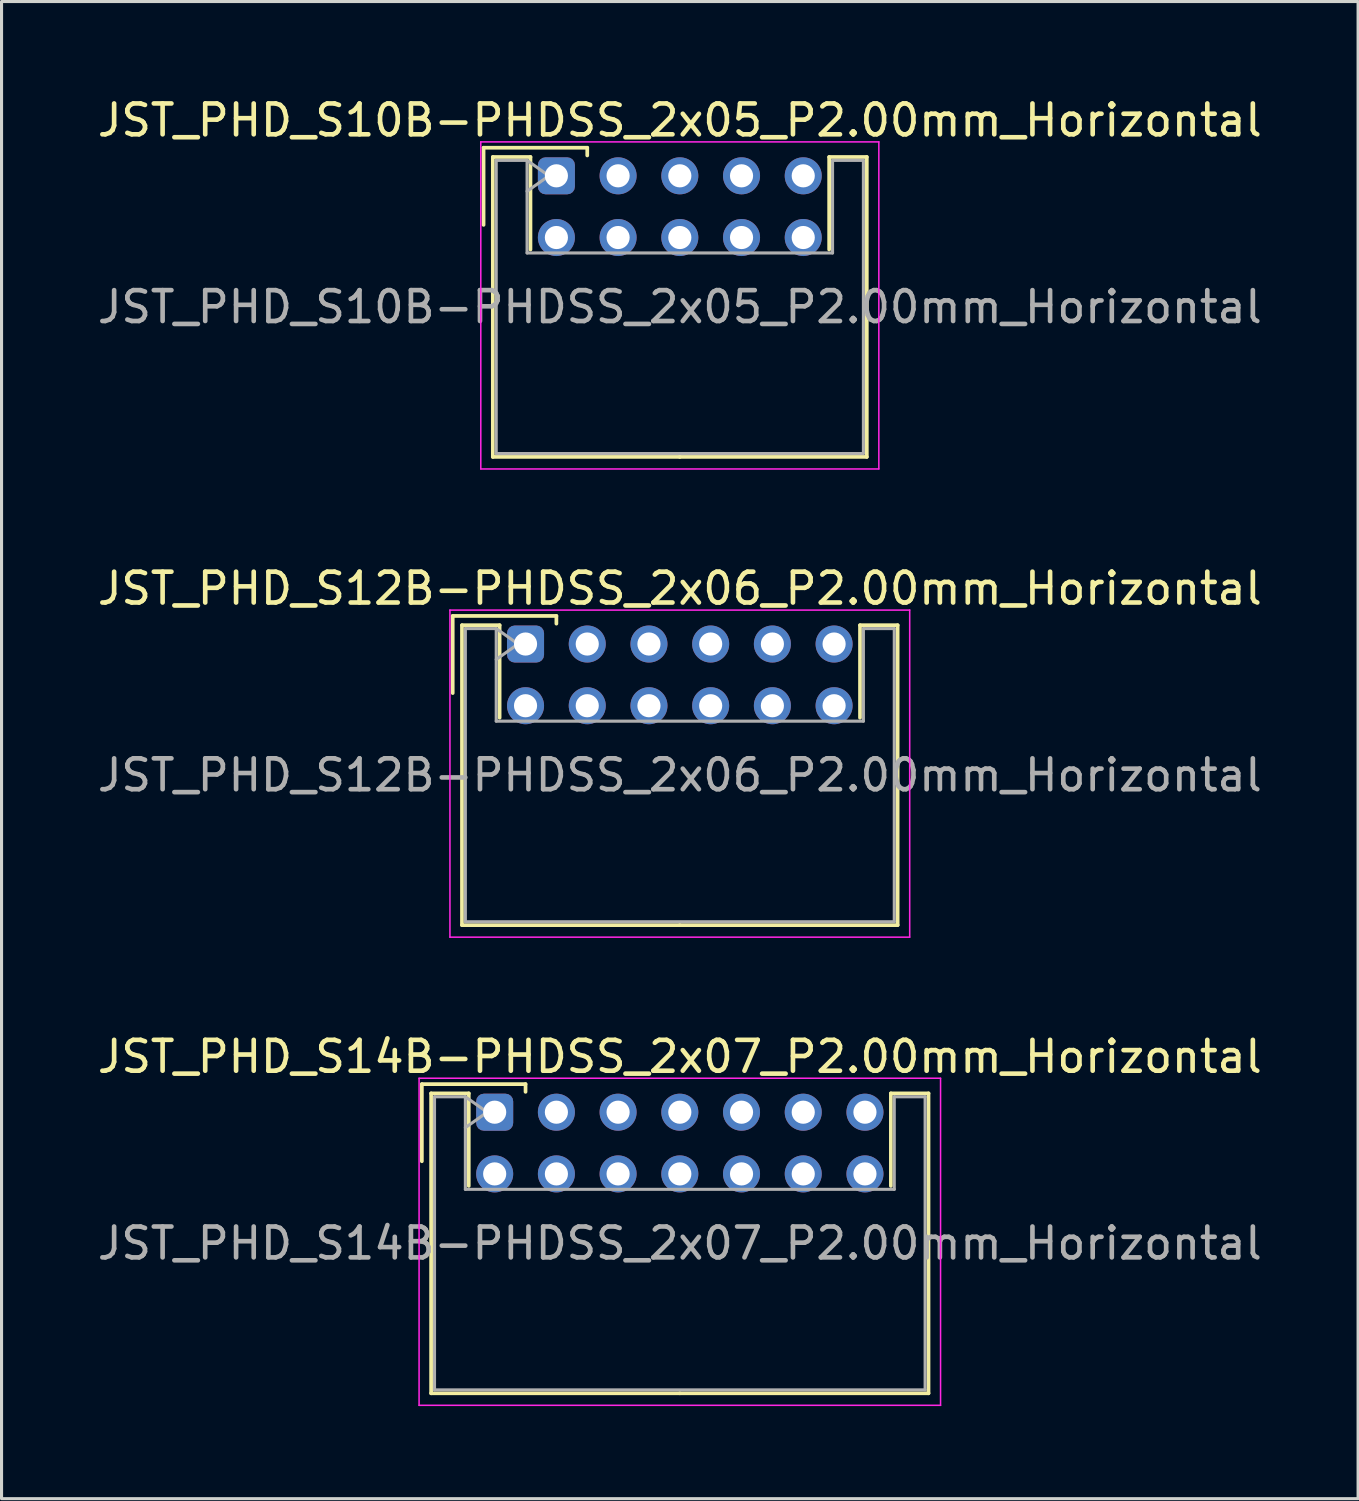
<source format=kicad_pcb>
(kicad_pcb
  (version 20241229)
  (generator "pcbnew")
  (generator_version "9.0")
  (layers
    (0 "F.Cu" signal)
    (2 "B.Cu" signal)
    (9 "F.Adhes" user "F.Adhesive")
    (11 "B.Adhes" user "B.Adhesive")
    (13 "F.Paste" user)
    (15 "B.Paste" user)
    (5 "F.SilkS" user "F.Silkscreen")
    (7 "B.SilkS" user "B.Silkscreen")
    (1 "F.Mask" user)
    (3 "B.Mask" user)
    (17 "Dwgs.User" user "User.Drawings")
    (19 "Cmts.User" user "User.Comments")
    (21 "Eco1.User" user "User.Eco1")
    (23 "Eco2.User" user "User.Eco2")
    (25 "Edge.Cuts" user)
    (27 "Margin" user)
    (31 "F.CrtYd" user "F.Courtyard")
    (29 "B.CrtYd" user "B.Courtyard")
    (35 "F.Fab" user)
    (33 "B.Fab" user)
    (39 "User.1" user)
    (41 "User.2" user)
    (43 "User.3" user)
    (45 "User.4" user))
  (footprint "JST_PHD_S12B-PHDSS_2x06_P2.00mm_Horizontal"
    (layer "F.Cu")
    (at 13.982 17.822)
    (property "Reference" "JST_PHD_S12B-PHDSS_2x06_P2.00mm_Horizontal" (at 5 -1.8 0) (layer "F.SilkS") (effects (font (size 1 1) (thickness 0.15))))
    (attr through_hole)
    (fp_line (start -2.36 -0.91) (end -2.36 1.59) (stroke (width 0.12) (type solid)) (layer "F.SilkS"))
    (fp_line (start -2.06 -0.61) (end -2.06 9.11) (stroke (width 0.12) (type solid)) (layer "F.SilkS"))
    (fp_line (start -2.06 9.11) (end 5 9.11) (stroke (width 0.12) (type solid)) (layer "F.SilkS"))
    (fp_line (start -0.84 -0.61) (end -2.06 -0.61) (stroke (width 0.12) (type solid)) (layer "F.SilkS"))
    (fp_line (start -0.84 2.39) (end -0.84 -0.61) (stroke (width 0.12) (type solid)) (layer "F.SilkS"))
    (fp_line (start 1 -0.91) (end -2.36 -0.91) (stroke (width 0.12) (type solid)) (layer "F.SilkS"))
    (fp_line (start 1 -0.66) (end 1 -0.91) (stroke (width 0.12) (type solid)) (layer "F.SilkS"))
    (fp_line (start 10.84 -0.61) (end 12.06 -0.61) (stroke (width 0.12) (type solid)) (layer "F.SilkS"))
    (fp_line (start 10.84 2.39) (end 10.84 -0.61) (stroke (width 0.12) (type solid)) (layer "F.SilkS"))
    (fp_line (start 12.06 -0.61) (end 12.06 9.11) (stroke (width 0.12) (type solid)) (layer "F.SilkS"))
    (fp_line (start 12.06 9.11) (end 5 9.11) (stroke (width 0.12) (type solid)) (layer "F.SilkS"))
    (fp_line (start -2.45 -1.1) (end -2.45 9.5) (stroke (width 0.05) (type solid)) (layer "F.CrtYd"))
    (fp_line (start -2.45 9.5) (end 12.45 9.5) (stroke (width 0.05) (type solid)) (layer "F.CrtYd"))
    (fp_line (start 12.45 -1.1) (end -2.45 -1.1) (stroke (width 0.05) (type solid)) (layer "F.CrtYd"))
    (fp_line (start 12.45 9.5) (end 12.45 -1.1) (stroke (width 0.05) (type solid)) (layer "F.CrtYd"))
    (fp_line (start -1.95 -0.5) (end -0.95 -0.5) (stroke (width 0.1) (type solid)) (layer "F.Fab"))
    (fp_line (start -1.95 9) (end -1.95 -0.5) (stroke (width 0.1) (type solid)) (layer "F.Fab"))
    (fp_line (start -0.95 -0.5) (end -0.95 2.5) (stroke (width 0.1) (type solid)) (layer "F.Fab"))
    (fp_line (start -0.95 -0.5) (end -0.243 0) (stroke (width 0.1) (type solid)) (layer "F.Fab"))
    (fp_line (start -0.95 2.5) (end 10.95 2.5) (stroke (width 0.1) (type solid)) (layer "F.Fab"))
    (fp_line (start -0.243 0) (end -0.95 0.5) (stroke (width 0.1) (type solid)) (layer "F.Fab"))
    (fp_line (start 10.95 -0.5) (end 11.95 -0.5) (stroke (width 0.1) (type solid)) (layer "F.Fab"))
    (fp_line (start 10.95 2.5) (end 10.95 -0.5) (stroke (width 0.1) (type solid)) (layer "F.Fab"))
    (fp_line (start 11.95 -0.5) (end 11.95 9) (stroke (width 0.1) (type solid)) (layer "F.Fab"))
    (fp_line (start 11.95 9) (end -1.95 9) (stroke (width 0.1) (type solid)) (layer "F.Fab"))
    (fp_text user "${REFERENCE}" (at 5 4.25 0) (layer "F.Fab") (effects (font (size 1 1) (thickness 0.15))))
    (pad "1" thru_hole roundrect (at 0 0) (size 1.2 1.2) (drill 0.75) (layers "*.Cu" "*.Mask") (roundrect_rratio 0.208))
    (pad "2" thru_hole circle (at 0 2) (size 1.2 1.2) (drill 0.75) (layers "*.Cu" "*.Mask"))
    (pad "3" thru_hole circle (at 2 0) (size 1.2 1.2) (drill 0.75) (layers "*.Cu" "*.Mask"))
    (pad "4" thru_hole circle (at 2 2) (size 1.2 1.2) (drill 0.75) (layers "*.Cu" "*.Mask"))
    (pad "5" thru_hole circle (at 4 0) (size 1.2 1.2) (drill 0.75) (layers "*.Cu" "*.Mask"))
    (pad "6" thru_hole circle (at 4 2) (size 1.2 1.2) (drill 0.75) (layers "*.Cu" "*.Mask"))
    (pad "7" thru_hole circle (at 6 0) (size 1.2 1.2) (drill 0.75) (layers "*.Cu" "*.Mask"))
    (pad "8" thru_hole circle (at 6 2) (size 1.2 1.2) (drill 0.75) (layers "*.Cu" "*.Mask"))
    (pad "9" thru_hole circle (at 8 0) (size 1.2 1.2) (drill 0.75) (layers "*.Cu" "*.Mask"))
    (pad "10" thru_hole circle (at 8 2) (size 1.2 1.2) (drill 0.75) (layers "*.Cu" "*.Mask"))
    (pad "11" thru_hole circle (at 10 0) (size 1.2 1.2) (drill 0.75) (layers "*.Cu" "*.Mask"))
    (pad "12" thru_hole circle (at 10 2) (size 1.2 1.2) (drill 0.75) (layers "*.Cu" "*.Mask")))
  (footprint "JST_PHD_S14B-PHDSS_2x07_P2.00mm_Horizontal"
    (layer "F.Cu")
    (at 12.982 32.995)
    (property "Reference" "JST_PHD_S14B-PHDSS_2x07_P2.00mm_Horizontal" (at 6 -1.8 0) (layer "F.SilkS") (effects (font (size 1 1) (thickness 0.15))))
    (attr through_hole)
    (fp_line (start -2.36 -0.91) (end -2.36 1.59) (stroke (width 0.12) (type solid)) (layer "F.SilkS"))
    (fp_line (start -2.06 -0.61) (end -2.06 9.11) (stroke (width 0.12) (type solid)) (layer "F.SilkS"))
    (fp_line (start -2.06 9.11) (end 6 9.11) (stroke (width 0.12) (type solid)) (layer "F.SilkS"))
    (fp_line (start -0.84 -0.61) (end -2.06 -0.61) (stroke (width 0.12) (type solid)) (layer "F.SilkS"))
    (fp_line (start -0.84 2.39) (end -0.84 -0.61) (stroke (width 0.12) (type solid)) (layer "F.SilkS"))
    (fp_line (start 1 -0.91) (end -2.36 -0.91) (stroke (width 0.12) (type solid)) (layer "F.SilkS"))
    (fp_line (start 1 -0.66) (end 1 -0.91) (stroke (width 0.12) (type solid)) (layer "F.SilkS"))
    (fp_line (start 12.84 -0.61) (end 14.06 -0.61) (stroke (width 0.12) (type solid)) (layer "F.SilkS"))
    (fp_line (start 12.84 2.39) (end 12.84 -0.61) (stroke (width 0.12) (type solid)) (layer "F.SilkS"))
    (fp_line (start 14.06 -0.61) (end 14.06 9.11) (stroke (width 0.12) (type solid)) (layer "F.SilkS"))
    (fp_line (start 14.06 9.11) (end 6 9.11) (stroke (width 0.12) (type solid)) (layer "F.SilkS"))
    (fp_line (start -2.45 -1.1) (end -2.45 9.5) (stroke (width 0.05) (type solid)) (layer "F.CrtYd"))
    (fp_line (start -2.45 9.5) (end 14.45 9.5) (stroke (width 0.05) (type solid)) (layer "F.CrtYd"))
    (fp_line (start 14.45 -1.1) (end -2.45 -1.1) (stroke (width 0.05) (type solid)) (layer "F.CrtYd"))
    (fp_line (start 14.45 9.5) (end 14.45 -1.1) (stroke (width 0.05) (type solid)) (layer "F.CrtYd"))
    (fp_line (start -1.95 -0.5) (end -0.95 -0.5) (stroke (width 0.1) (type solid)) (layer "F.Fab"))
    (fp_line (start -1.95 9) (end -1.95 -0.5) (stroke (width 0.1) (type solid)) (layer "F.Fab"))
    (fp_line (start -0.95 -0.5) (end -0.95 2.5) (stroke (width 0.1) (type solid)) (layer "F.Fab"))
    (fp_line (start -0.95 -0.5) (end -0.243 0) (stroke (width 0.1) (type solid)) (layer "F.Fab"))
    (fp_line (start -0.95 2.5) (end 12.95 2.5) (stroke (width 0.1) (type solid)) (layer "F.Fab"))
    (fp_line (start -0.243 0) (end -0.95 0.5) (stroke (width 0.1) (type solid)) (layer "F.Fab"))
    (fp_line (start 12.95 -0.5) (end 13.95 -0.5) (stroke (width 0.1) (type solid)) (layer "F.Fab"))
    (fp_line (start 12.95 2.5) (end 12.95 -0.5) (stroke (width 0.1) (type solid)) (layer "F.Fab"))
    (fp_line (start 13.95 -0.5) (end 13.95 9) (stroke (width 0.1) (type solid)) (layer "F.Fab"))
    (fp_line (start 13.95 9) (end -1.95 9) (stroke (width 0.1) (type solid)) (layer "F.Fab"))
    (fp_text user "${REFERENCE}" (at 6 4.25 0) (layer "F.Fab") (effects (font (size 1 1) (thickness 0.15))))
    (pad "1" thru_hole roundrect (at 0 0) (size 1.2 1.2) (drill 0.75) (layers "*.Cu" "*.Mask") (roundrect_rratio 0.208))
    (pad "2" thru_hole circle (at 0 2) (size 1.2 1.2) (drill 0.75) (layers "*.Cu" "*.Mask"))
    (pad "3" thru_hole circle (at 2 0) (size 1.2 1.2) (drill 0.75) (layers "*.Cu" "*.Mask"))
    (pad "4" thru_hole circle (at 2 2) (size 1.2 1.2) (drill 0.75) (layers "*.Cu" "*.Mask"))
    (pad "5" thru_hole circle (at 4 0) (size 1.2 1.2) (drill 0.75) (layers "*.Cu" "*.Mask"))
    (pad "6" thru_hole circle (at 4 2) (size 1.2 1.2) (drill 0.75) (layers "*.Cu" "*.Mask"))
    (pad "7" thru_hole circle (at 6 0) (size 1.2 1.2) (drill 0.75) (layers "*.Cu" "*.Mask"))
    (pad "8" thru_hole circle (at 6 2) (size 1.2 1.2) (drill 0.75) (layers "*.Cu" "*.Mask"))
    (pad "9" thru_hole circle (at 8 0) (size 1.2 1.2) (drill 0.75) (layers "*.Cu" "*.Mask"))
    (pad "10" thru_hole circle (at 8 2) (size 1.2 1.2) (drill 0.75) (layers "*.Cu" "*.Mask"))
    (pad "11" thru_hole circle (at 10 0) (size 1.2 1.2) (drill 0.75) (layers "*.Cu" "*.Mask"))
    (pad "12" thru_hole circle (at 10 2) (size 1.2 1.2) (drill 0.75) (layers "*.Cu" "*.Mask"))
    (pad "13" thru_hole circle (at 12 0) (size 1.2 1.2) (drill 0.75) (layers "*.Cu" "*.Mask"))
    (pad "14" thru_hole circle (at 12 2) (size 1.2 1.2) (drill 0.75) (layers "*.Cu" "*.Mask")))
  (footprint "JST_PHD_S10B-PHDSS_2x05_P2.00mm_Horizontal"
    (layer "F.Cu")
    (at 14.982 2.648)
    (property "Reference" "JST_PHD_S10B-PHDSS_2x05_P2.00mm_Horizontal" (at 4 -1.8 0) (layer "F.SilkS") (effects (font (size 1 1) (thickness 0.15))))
    (attr through_hole)
    (fp_line (start -2.36 -0.91) (end -2.36 1.59) (stroke (width 0.12) (type solid)) (layer "F.SilkS"))
    (fp_line (start -2.06 -0.61) (end -2.06 9.11) (stroke (width 0.12) (type solid)) (layer "F.SilkS"))
    (fp_line (start -2.06 9.11) (end 4 9.11) (stroke (width 0.12) (type solid)) (layer "F.SilkS"))
    (fp_line (start -0.84 -0.61) (end -2.06 -0.61) (stroke (width 0.12) (type solid)) (layer "F.SilkS"))
    (fp_line (start -0.84 2.39) (end -0.84 -0.61) (stroke (width 0.12) (type solid)) (layer "F.SilkS"))
    (fp_line (start 1 -0.91) (end -2.36 -0.91) (stroke (width 0.12) (type solid)) (layer "F.SilkS"))
    (fp_line (start 1 -0.66) (end 1 -0.91) (stroke (width 0.12) (type solid)) (layer "F.SilkS"))
    (fp_line (start 8.84 -0.61) (end 10.06 -0.61) (stroke (width 0.12) (type solid)) (layer "F.SilkS"))
    (fp_line (start 8.84 2.39) (end 8.84 -0.61) (stroke (width 0.12) (type solid)) (layer "F.SilkS"))
    (fp_line (start 10.06 -0.61) (end 10.06 9.11) (stroke (width 0.12) (type solid)) (layer "F.SilkS"))
    (fp_line (start 10.06 9.11) (end 4 9.11) (stroke (width 0.12) (type solid)) (layer "F.SilkS"))
    (fp_line (start -2.45 -1.1) (end -2.45 9.5) (stroke (width 0.05) (type solid)) (layer "F.CrtYd"))
    (fp_line (start -2.45 9.5) (end 10.45 9.5) (stroke (width 0.05) (type solid)) (layer "F.CrtYd"))
    (fp_line (start 10.45 -1.1) (end -2.45 -1.1) (stroke (width 0.05) (type solid)) (layer "F.CrtYd"))
    (fp_line (start 10.45 9.5) (end 10.45 -1.1) (stroke (width 0.05) (type solid)) (layer "F.CrtYd"))
    (fp_line (start -1.95 -0.5) (end -0.95 -0.5) (stroke (width 0.1) (type solid)) (layer "F.Fab"))
    (fp_line (start -1.95 9) (end -1.95 -0.5) (stroke (width 0.1) (type solid)) (layer "F.Fab"))
    (fp_line (start -0.95 -0.5) (end -0.95 2.5) (stroke (width 0.1) (type solid)) (layer "F.Fab"))
    (fp_line (start -0.95 -0.5) (end -0.243 0) (stroke (width 0.1) (type solid)) (layer "F.Fab"))
    (fp_line (start -0.95 2.5) (end 8.95 2.5) (stroke (width 0.1) (type solid)) (layer "F.Fab"))
    (fp_line (start -0.243 0) (end -0.95 0.5) (stroke (width 0.1) (type solid)) (layer "F.Fab"))
    (fp_line (start 8.95 -0.5) (end 9.95 -0.5) (stroke (width 0.1) (type solid)) (layer "F.Fab"))
    (fp_line (start 8.95 2.5) (end 8.95 -0.5) (stroke (width 0.1) (type solid)) (layer "F.Fab"))
    (fp_line (start 9.95 -0.5) (end 9.95 9) (stroke (width 0.1) (type solid)) (layer "F.Fab"))
    (fp_line (start 9.95 9) (end -1.95 9) (stroke (width 0.1) (type solid)) (layer "F.Fab"))
    (fp_text user "${REFERENCE}" (at 4 4.25 0) (layer "F.Fab") (effects (font (size 1 1) (thickness 0.15))))
    (pad "1" thru_hole roundrect (at 0 0) (size 1.2 1.2) (drill 0.75) (layers "*.Cu" "*.Mask") (roundrect_rratio 0.208))
    (pad "2" thru_hole circle (at 0 2) (size 1.2 1.2) (drill 0.75) (layers "*.Cu" "*.Mask"))
    (pad "3" thru_hole circle (at 2 0) (size 1.2 1.2) (drill 0.75) (layers "*.Cu" "*.Mask"))
    (pad "4" thru_hole circle (at 2 2) (size 1.2 1.2) (drill 0.75) (layers "*.Cu" "*.Mask"))
    (pad "5" thru_hole circle (at 4 0) (size 1.2 1.2) (drill 0.75) (layers "*.Cu" "*.Mask"))
    (pad "6" thru_hole circle (at 4 2) (size 1.2 1.2) (drill 0.75) (layers "*.Cu" "*.Mask"))
    (pad "7" thru_hole circle (at 6 0) (size 1.2 1.2) (drill 0.75) (layers "*.Cu" "*.Mask"))
    (pad "8" thru_hole circle (at 6 2) (size 1.2 1.2) (drill 0.75) (layers "*.Cu" "*.Mask"))
    (pad "9" thru_hole circle (at 8 0) (size 1.2 1.2) (drill 0.75) (layers "*.Cu" "*.Mask"))
    (pad "10" thru_hole circle (at 8 2) (size 1.2 1.2) (drill 0.75) (layers "*.Cu" "*.Mask")))
  (gr_rect
    (start -3 -3)
    (end 40.964 45.52)
    (stroke (width 0.1) (type default))
    (fill no)
    (layer "Edge.Cuts")))
</source>
